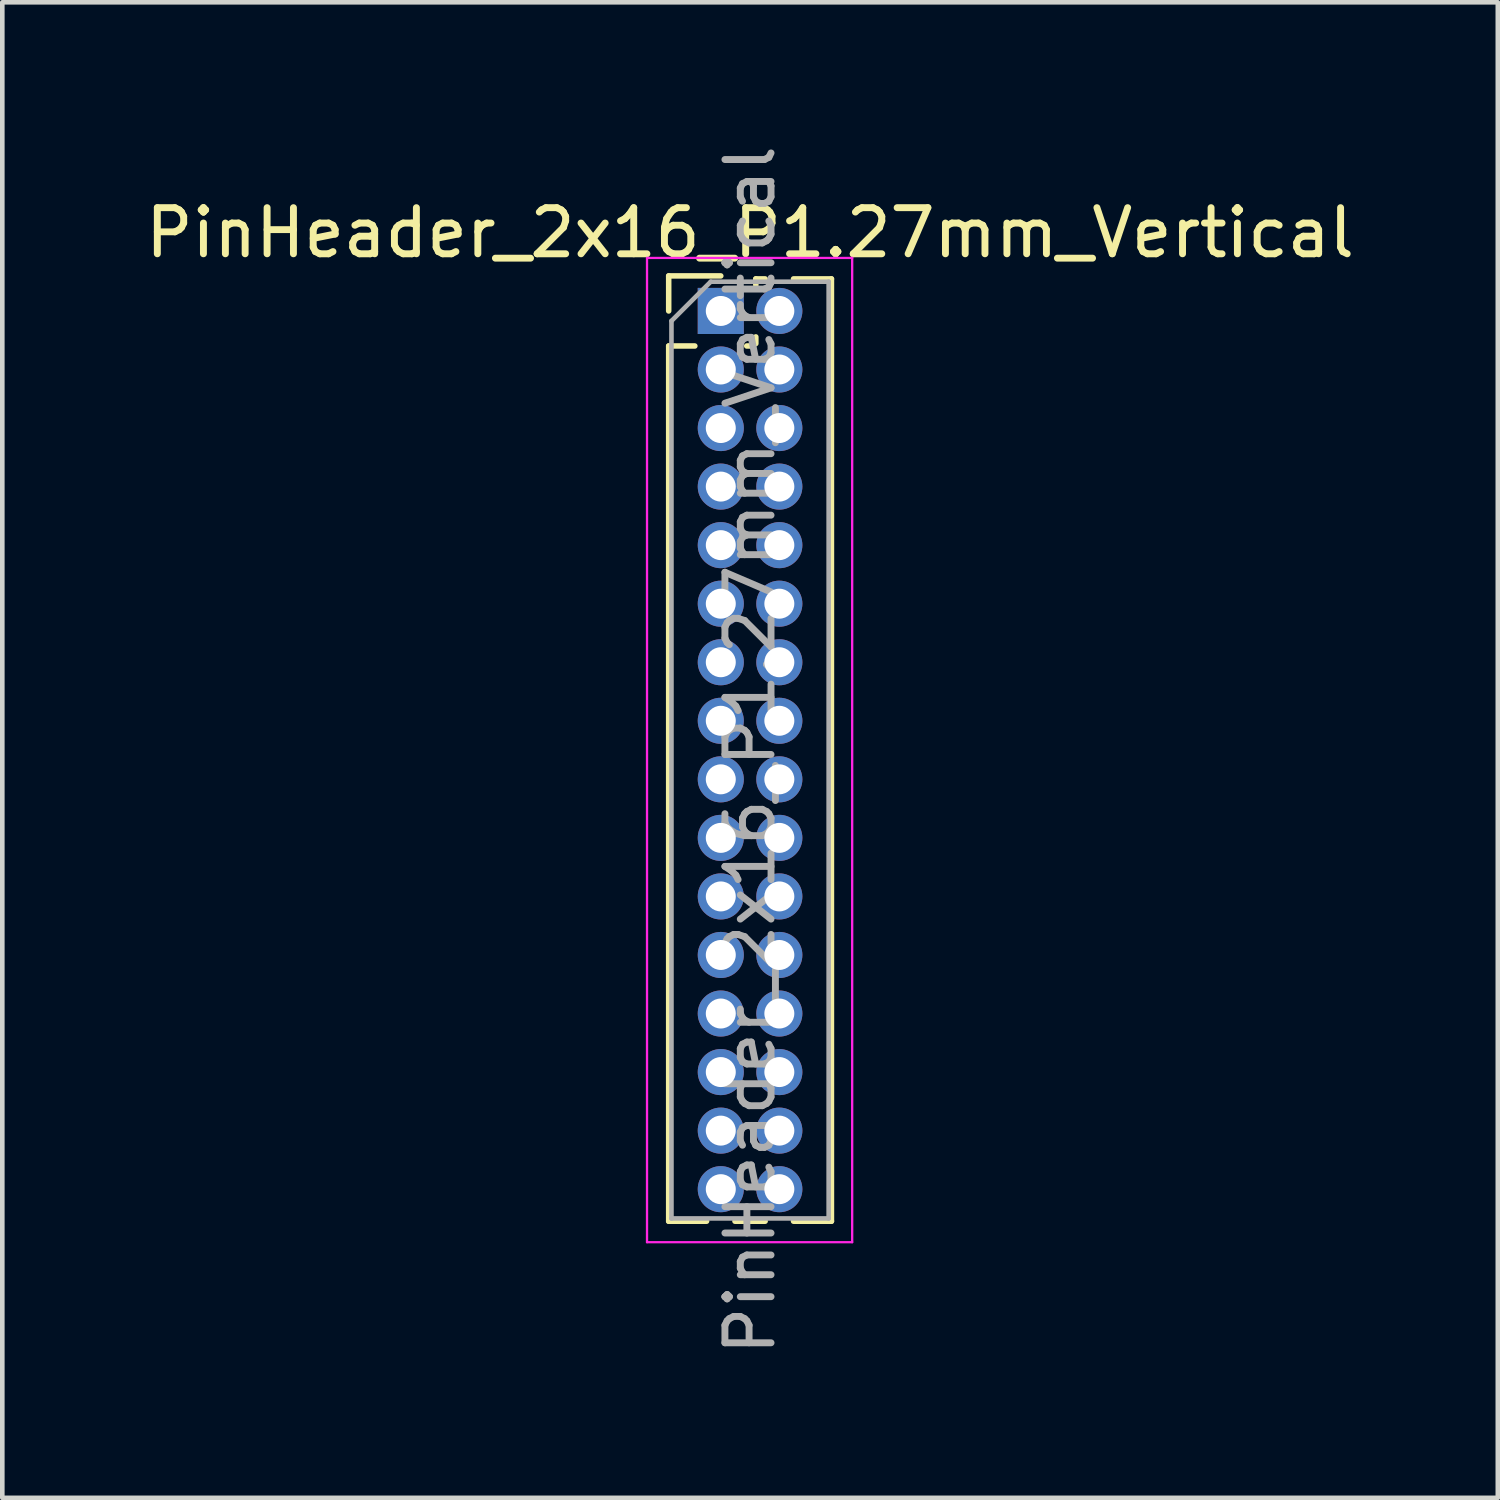
<source format=kicad_pcb>
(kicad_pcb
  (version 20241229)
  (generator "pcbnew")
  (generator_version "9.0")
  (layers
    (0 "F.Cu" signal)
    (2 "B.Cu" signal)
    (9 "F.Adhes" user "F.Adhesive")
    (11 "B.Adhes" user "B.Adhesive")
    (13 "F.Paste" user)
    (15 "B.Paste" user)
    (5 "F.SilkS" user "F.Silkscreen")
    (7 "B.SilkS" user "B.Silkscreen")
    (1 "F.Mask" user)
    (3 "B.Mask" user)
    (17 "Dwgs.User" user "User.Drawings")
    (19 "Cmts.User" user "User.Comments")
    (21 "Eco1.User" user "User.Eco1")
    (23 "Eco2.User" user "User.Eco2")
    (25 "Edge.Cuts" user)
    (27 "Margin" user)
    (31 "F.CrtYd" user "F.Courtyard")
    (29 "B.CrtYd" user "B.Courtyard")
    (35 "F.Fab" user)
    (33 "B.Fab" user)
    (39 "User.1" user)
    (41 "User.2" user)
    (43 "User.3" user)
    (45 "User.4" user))
  (footprint "PinHeader_2x16_P1.27mm_Vertical"
    (layer "F.Cu")
    (at 12.585 3.695)
    (property "Reference" "PinHeader_2x16_P1.27mm_Vertical" (at 0.635 -1.695 0) (layer "F.SilkS") (effects (font (size 1 1) (thickness 0.15))))
    (attr through_hole)
    (fp_line (start -1.13 -0.76) (end 0 -0.76) (stroke (width 0.12) (type solid)) (layer "F.SilkS"))
    (fp_line (start -1.13 0) (end -1.13 -0.76) (stroke (width 0.12) (type solid)) (layer "F.SilkS"))
    (fp_line (start -1.13 0.76) (end -1.13 19.745) (stroke (width 0.12) (type solid)) (layer "F.SilkS"))
    (fp_line (start -1.13 0.76) (end -0.563 0.76) (stroke (width 0.12) (type solid)) (layer "F.SilkS"))
    (fp_line (start -1.13 19.745) (end -0.308 19.745) (stroke (width 0.12) (type solid)) (layer "F.SilkS"))
    (fp_line (start 0.308 19.745) (end 0.962 19.745) (stroke (width 0.12) (type solid)) (layer "F.SilkS"))
    (fp_line (start 0.563 0.76) (end 0.707 0.76) (stroke (width 0.12) (type solid)) (layer "F.SilkS"))
    (fp_line (start 0.76 -0.695) (end 0.962 -0.695) (stroke (width 0.12) (type solid)) (layer "F.SilkS"))
    (fp_line (start 0.76 -0.563) (end 0.76 -0.695) (stroke (width 0.12) (type solid)) (layer "F.SilkS"))
    (fp_line (start 0.76 0.707) (end 0.76 0.563) (stroke (width 0.12) (type solid)) (layer "F.SilkS"))
    (fp_line (start 1.578 -0.695) (end 2.4 -0.695) (stroke (width 0.12) (type solid)) (layer "F.SilkS"))
    (fp_line (start 1.578 19.745) (end 2.4 19.745) (stroke (width 0.12) (type solid)) (layer "F.SilkS"))
    (fp_line (start 2.4 -0.695) (end 2.4 19.745) (stroke (width 0.12) (type solid)) (layer "F.SilkS"))
    (fp_line (start -1.6 -1.15) (end -1.6 20.2) (stroke (width 0.05) (type solid)) (layer "F.CrtYd"))
    (fp_line (start -1.6 20.2) (end 2.85 20.2) (stroke (width 0.05) (type solid)) (layer "F.CrtYd"))
    (fp_line (start 2.85 -1.15) (end -1.6 -1.15) (stroke (width 0.05) (type solid)) (layer "F.CrtYd"))
    (fp_line (start 2.85 20.2) (end 2.85 -1.15) (stroke (width 0.05) (type solid)) (layer "F.CrtYd"))
    (fp_line (start -1.07 0.217) (end -0.217 -0.635) (stroke (width 0.1) (type solid)) (layer "F.Fab"))
    (fp_line (start -1.07 19.685) (end -1.07 0.217) (stroke (width 0.1) (type solid)) (layer "F.Fab"))
    (fp_line (start -0.217 -0.635) (end 2.34 -0.635) (stroke (width 0.1) (type solid)) (layer "F.Fab"))
    (fp_line (start 2.34 -0.635) (end 2.34 19.685) (stroke (width 0.1) (type solid)) (layer "F.Fab"))
    (fp_line (start 2.34 19.685) (end -1.07 19.685) (stroke (width 0.1) (type solid)) (layer "F.Fab"))
    (fp_text user "${REFERENCE}" (at 0.635 9.525 90) (layer "F.Fab") (effects (font (size 1 1) (thickness 0.15))))
    (pad "1" thru_hole rect (at 0 0) (size 1 1) (drill 0.65) (layers "*.Cu" "*.Mask"))
    (pad "2" thru_hole oval (at 1.27 0) (size 1 1) (drill 0.65) (layers "*.Cu" "*.Mask"))
    (pad "3" thru_hole oval (at 0 1.27) (size 1 1) (drill 0.65) (layers "*.Cu" "*.Mask"))
    (pad "4" thru_hole oval (at 1.27 1.27) (size 1 1) (drill 0.65) (layers "*.Cu" "*.Mask"))
    (pad "5" thru_hole oval (at 0 2.54) (size 1 1) (drill 0.65) (layers "*.Cu" "*.Mask"))
    (pad "6" thru_hole oval (at 1.27 2.54) (size 1 1) (drill 0.65) (layers "*.Cu" "*.Mask"))
    (pad "7" thru_hole oval (at 0 3.81) (size 1 1) (drill 0.65) (layers "*.Cu" "*.Mask"))
    (pad "8" thru_hole oval (at 1.27 3.81) (size 1 1) (drill 0.65) (layers "*.Cu" "*.Mask"))
    (pad "9" thru_hole oval (at 0 5.08) (size 1 1) (drill 0.65) (layers "*.Cu" "*.Mask"))
    (pad "10" thru_hole oval (at 1.27 5.08) (size 1 1) (drill 0.65) (layers "*.Cu" "*.Mask"))
    (pad "11" thru_hole oval (at 0 6.35) (size 1 1) (drill 0.65) (layers "*.Cu" "*.Mask"))
    (pad "12" thru_hole oval (at 1.27 6.35) (size 1 1) (drill 0.65) (layers "*.Cu" "*.Mask"))
    (pad "13" thru_hole oval (at 0 7.62) (size 1 1) (drill 0.65) (layers "*.Cu" "*.Mask"))
    (pad "14" thru_hole oval (at 1.27 7.62) (size 1 1) (drill 0.65) (layers "*.Cu" "*.Mask"))
    (pad "15" thru_hole oval (at 0 8.89) (size 1 1) (drill 0.65) (layers "*.Cu" "*.Mask"))
    (pad "16" thru_hole oval (at 1.27 8.89) (size 1 1) (drill 0.65) (layers "*.Cu" "*.Mask"))
    (pad "17" thru_hole oval (at 0 10.16) (size 1 1) (drill 0.65) (layers "*.Cu" "*.Mask"))
    (pad "18" thru_hole oval (at 1.27 10.16) (size 1 1) (drill 0.65) (layers "*.Cu" "*.Mask"))
    (pad "19" thru_hole oval (at 0 11.43) (size 1 1) (drill 0.65) (layers "*.Cu" "*.Mask"))
    (pad "20" thru_hole oval (at 1.27 11.43) (size 1 1) (drill 0.65) (layers "*.Cu" "*.Mask"))
    (pad "21" thru_hole oval (at 0 12.7) (size 1 1) (drill 0.65) (layers "*.Cu" "*.Mask"))
    (pad "22" thru_hole oval (at 1.27 12.7) (size 1 1) (drill 0.65) (layers "*.Cu" "*.Mask"))
    (pad "23" thru_hole oval (at 0 13.97) (size 1 1) (drill 0.65) (layers "*.Cu" "*.Mask"))
    (pad "24" thru_hole oval (at 1.27 13.97) (size 1 1) (drill 0.65) (layers "*.Cu" "*.Mask"))
    (pad "25" thru_hole oval (at 0 15.24) (size 1 1) (drill 0.65) (layers "*.Cu" "*.Mask"))
    (pad "26" thru_hole oval (at 1.27 15.24) (size 1 1) (drill 0.65) (layers "*.Cu" "*.Mask"))
    (pad "27" thru_hole oval (at 0 16.51) (size 1 1) (drill 0.65) (layers "*.Cu" "*.Mask"))
    (pad "28" thru_hole oval (at 1.27 16.51) (size 1 1) (drill 0.65) (layers "*.Cu" "*.Mask"))
    (pad "29" thru_hole oval (at 0 17.78) (size 1 1) (drill 0.65) (layers "*.Cu" "*.Mask"))
    (pad "30" thru_hole oval (at 1.27 17.78) (size 1 1) (drill 0.65) (layers "*.Cu" "*.Mask"))
    (pad "31" thru_hole oval (at 0 19.05) (size 1 1) (drill 0.65) (layers "*.Cu" "*.Mask"))
    (pad "32" thru_hole oval (at 1.27 19.05) (size 1 1) (drill 0.65) (layers "*.Cu" "*.Mask")))
  (gr_rect
    (start -3 -3)
    (end 29.44 29.44)
    (stroke (width 0.1) (type default))
    (fill no)
    (layer "Edge.Cuts")))
</source>
